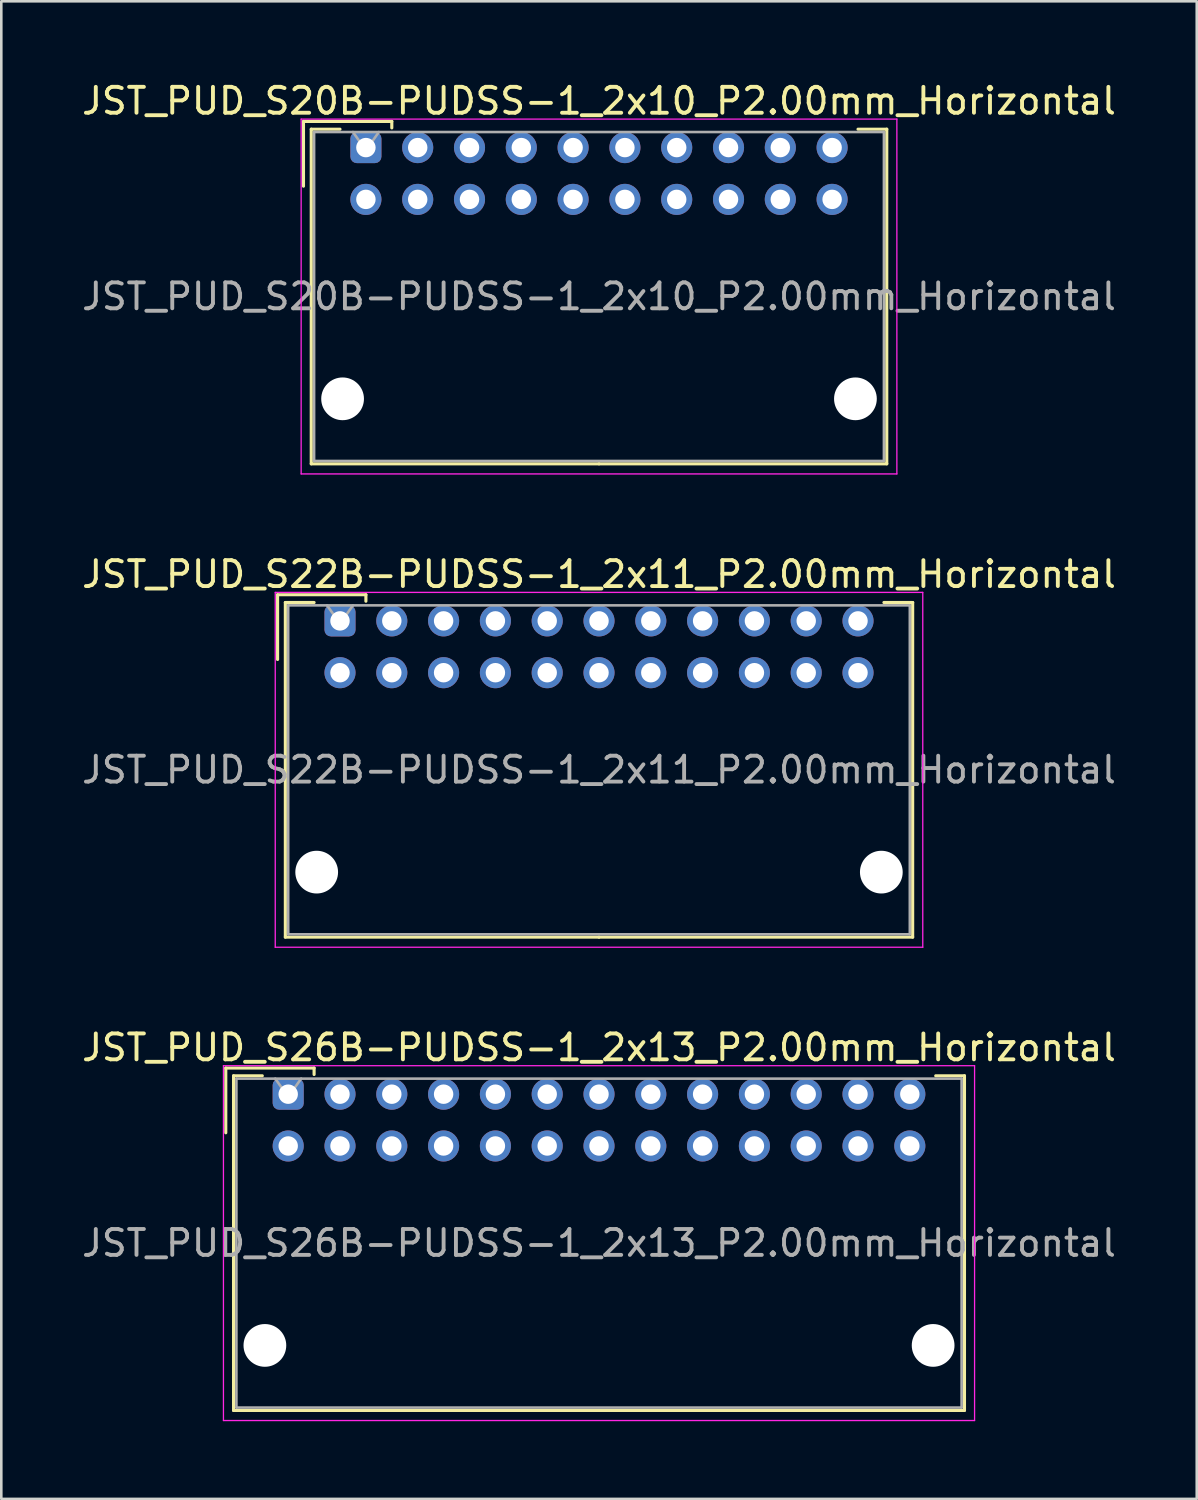
<source format=kicad_pcb>
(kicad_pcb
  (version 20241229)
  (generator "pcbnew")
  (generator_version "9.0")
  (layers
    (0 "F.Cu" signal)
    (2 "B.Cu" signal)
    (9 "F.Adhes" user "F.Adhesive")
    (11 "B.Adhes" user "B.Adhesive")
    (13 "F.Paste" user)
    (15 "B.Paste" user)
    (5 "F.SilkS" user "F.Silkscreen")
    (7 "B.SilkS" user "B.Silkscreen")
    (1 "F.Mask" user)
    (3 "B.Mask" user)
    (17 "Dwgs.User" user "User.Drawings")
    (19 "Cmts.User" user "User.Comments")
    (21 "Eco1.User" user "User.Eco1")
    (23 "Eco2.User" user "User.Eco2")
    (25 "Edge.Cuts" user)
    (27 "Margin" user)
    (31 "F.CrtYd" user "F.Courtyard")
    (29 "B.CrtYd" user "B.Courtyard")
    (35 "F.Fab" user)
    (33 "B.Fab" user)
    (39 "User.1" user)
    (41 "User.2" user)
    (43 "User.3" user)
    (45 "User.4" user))
  (footprint "JST_PUD_S26B-PUDSS-1_2x13_P2.00mm_Horizontal"
    (layer "F.Cu")
    (at 8.077 39.195)
    (property "Reference" "JST_PUD_S26B-PUDSS-1_2x13_P2.00mm_Horizontal" (at 12 -1.8 0) (layer "F.SilkS") (effects (font (size 1 1) (thickness 0.15))))
    (attr through_hole)
    (fp_line (start -2.41 -1.01) (end -2.41 1.49) (stroke (width 0.12) (type solid)) (layer "F.SilkS"))
    (fp_line (start -2.11 -0.71) (end -2.11 12.21) (stroke (width 0.12) (type solid)) (layer "F.SilkS"))
    (fp_line (start -2.11 12.21) (end 12 12.21) (stroke (width 0.12) (type solid)) (layer "F.SilkS"))
    (fp_line (start -1 -0.71) (end -2.11 -0.71) (stroke (width 0.12) (type solid)) (layer "F.SilkS"))
    (fp_line (start 1 -1.01) (end -2.41 -1.01) (stroke (width 0.12) (type solid)) (layer "F.SilkS"))
    (fp_line (start 1 -0.76) (end 1 -1.01) (stroke (width 0.12) (type solid)) (layer "F.SilkS"))
    (fp_line (start 25 -0.71) (end 26.11 -0.71) (stroke (width 0.12) (type solid)) (layer "F.SilkS"))
    (fp_line (start 26.11 -0.71) (end 26.11 12.21) (stroke (width 0.12) (type solid)) (layer "F.SilkS"))
    (fp_line (start 26.11 12.21) (end 12 12.21) (stroke (width 0.12) (type solid)) (layer "F.SilkS"))
    (fp_line (start -2.5 -1.1) (end -2.5 12.6) (stroke (width 0.05) (type solid)) (layer "F.CrtYd"))
    (fp_line (start -2.5 12.6) (end 26.5 12.6) (stroke (width 0.05) (type solid)) (layer "F.CrtYd"))
    (fp_line (start 26.5 -1.1) (end -2.5 -1.1) (stroke (width 0.05) (type solid)) (layer "F.CrtYd"))
    (fp_line (start 26.5 12.6) (end 26.5 -1.1) (stroke (width 0.05) (type solid)) (layer "F.CrtYd"))
    (fp_line (start -2 -0.6) (end -2 12.1) (stroke (width 0.1) (type solid)) (layer "F.Fab"))
    (fp_line (start -2 12.1) (end 26 12.1) (stroke (width 0.1) (type solid)) (layer "F.Fab"))
    (fp_line (start 0 0.107) (end -0.5 -0.6) (stroke (width 0.1) (type solid)) (layer "F.Fab"))
    (fp_line (start 0.5 -0.6) (end 0 0.107) (stroke (width 0.1) (type solid)) (layer "F.Fab"))
    (fp_line (start 26 -0.6) (end -2 -0.6) (stroke (width 0.1) (type solid)) (layer "F.Fab"))
    (fp_line (start 26 12.1) (end 26 -0.6) (stroke (width 0.1) (type solid)) (layer "F.Fab"))
    (fp_text user "${REFERENCE}" (at 12 5.75 0) (layer "F.Fab") (effects (font (size 1 1) (thickness 0.15))))
    (pad "" np_thru_hole circle (at -0.9 9.7) (size 1.65 1.65) (drill 1.65) (layers "*.Cu" "*.Mask"))
    (pad "" np_thru_hole circle (at 24.9 9.7) (size 1.65 1.65) (drill 1.65) (layers "*.Cu" "*.Mask"))
    (pad "1" thru_hole roundrect (at 0 0) (size 1.2 1.2) (drill 0.75) (layers "*.Cu" "*.Mask") (roundrect_rratio 0.208))
    (pad "2" thru_hole circle (at 0 2) (size 1.2 1.2) (drill 0.75) (layers "*.Cu" "*.Mask"))
    (pad "3" thru_hole circle (at 2 0) (size 1.2 1.2) (drill 0.75) (layers "*.Cu" "*.Mask"))
    (pad "4" thru_hole circle (at 2 2) (size 1.2 1.2) (drill 0.75) (layers "*.Cu" "*.Mask"))
    (pad "5" thru_hole circle (at 4 0) (size 1.2 1.2) (drill 0.75) (layers "*.Cu" "*.Mask"))
    (pad "6" thru_hole circle (at 4 2) (size 1.2 1.2) (drill 0.75) (layers "*.Cu" "*.Mask"))
    (pad "7" thru_hole circle (at 6 0) (size 1.2 1.2) (drill 0.75) (layers "*.Cu" "*.Mask"))
    (pad "8" thru_hole circle (at 6 2) (size 1.2 1.2) (drill 0.75) (layers "*.Cu" "*.Mask"))
    (pad "9" thru_hole circle (at 8 0) (size 1.2 1.2) (drill 0.75) (layers "*.Cu" "*.Mask"))
    (pad "10" thru_hole circle (at 8 2) (size 1.2 1.2) (drill 0.75) (layers "*.Cu" "*.Mask"))
    (pad "11" thru_hole circle (at 10 0) (size 1.2 1.2) (drill 0.75) (layers "*.Cu" "*.Mask"))
    (pad "12" thru_hole circle (at 10 2) (size 1.2 1.2) (drill 0.75) (layers "*.Cu" "*.Mask"))
    (pad "13" thru_hole circle (at 12 0) (size 1.2 1.2) (drill 0.75) (layers "*.Cu" "*.Mask"))
    (pad "14" thru_hole circle (at 12 2) (size 1.2 1.2) (drill 0.75) (layers "*.Cu" "*.Mask"))
    (pad "15" thru_hole circle (at 14 0) (size 1.2 1.2) (drill 0.75) (layers "*.Cu" "*.Mask"))
    (pad "16" thru_hole circle (at 14 2) (size 1.2 1.2) (drill 0.75) (layers "*.Cu" "*.Mask"))
    (pad "17" thru_hole circle (at 16 0) (size 1.2 1.2) (drill 0.75) (layers "*.Cu" "*.Mask"))
    (pad "18" thru_hole circle (at 16 2) (size 1.2 1.2) (drill 0.75) (layers "*.Cu" "*.Mask"))
    (pad "19" thru_hole circle (at 18 0) (size 1.2 1.2) (drill 0.75) (layers "*.Cu" "*.Mask"))
    (pad "20" thru_hole circle (at 18 2) (size 1.2 1.2) (drill 0.75) (layers "*.Cu" "*.Mask"))
    (pad "21" thru_hole circle (at 20 0) (size 1.2 1.2) (drill 0.75) (layers "*.Cu" "*.Mask"))
    (pad "22" thru_hole circle (at 20 2) (size 1.2 1.2) (drill 0.75) (layers "*.Cu" "*.Mask"))
    (pad "23" thru_hole circle (at 22 0) (size 1.2 1.2) (drill 0.75) (layers "*.Cu" "*.Mask"))
    (pad "24" thru_hole circle (at 22 2) (size 1.2 1.2) (drill 0.75) (layers "*.Cu" "*.Mask"))
    (pad "25" thru_hole circle (at 24 0) (size 1.2 1.2) (drill 0.75) (layers "*.Cu" "*.Mask"))
    (pad "26" thru_hole circle (at 24 2) (size 1.2 1.2) (drill 0.75) (layers "*.Cu" "*.Mask")))
  (footprint "JST_PUD_S22B-PUDSS-1_2x11_P2.00mm_Horizontal"
    (layer "F.Cu")
    (at 10.077 20.922)
    (property "Reference" "JST_PUD_S22B-PUDSS-1_2x11_P2.00mm_Horizontal" (at 10 -1.8 0) (layer "F.SilkS") (effects (font (size 1 1) (thickness 0.15))))
    (attr through_hole)
    (fp_line (start -2.41 -1.01) (end -2.41 1.49) (stroke (width 0.12) (type solid)) (layer "F.SilkS"))
    (fp_line (start -2.11 -0.71) (end -2.11 12.21) (stroke (width 0.12) (type solid)) (layer "F.SilkS"))
    (fp_line (start -2.11 12.21) (end 10 12.21) (stroke (width 0.12) (type solid)) (layer "F.SilkS"))
    (fp_line (start -1 -0.71) (end -2.11 -0.71) (stroke (width 0.12) (type solid)) (layer "F.SilkS"))
    (fp_line (start 1 -1.01) (end -2.41 -1.01) (stroke (width 0.12) (type solid)) (layer "F.SilkS"))
    (fp_line (start 1 -0.76) (end 1 -1.01) (stroke (width 0.12) (type solid)) (layer "F.SilkS"))
    (fp_line (start 21 -0.71) (end 22.11 -0.71) (stroke (width 0.12) (type solid)) (layer "F.SilkS"))
    (fp_line (start 22.11 -0.71) (end 22.11 12.21) (stroke (width 0.12) (type solid)) (layer "F.SilkS"))
    (fp_line (start 22.11 12.21) (end 10 12.21) (stroke (width 0.12) (type solid)) (layer "F.SilkS"))
    (fp_line (start -2.5 -1.1) (end -2.5 12.6) (stroke (width 0.05) (type solid)) (layer "F.CrtYd"))
    (fp_line (start -2.5 12.6) (end 22.5 12.6) (stroke (width 0.05) (type solid)) (layer "F.CrtYd"))
    (fp_line (start 22.5 -1.1) (end -2.5 -1.1) (stroke (width 0.05) (type solid)) (layer "F.CrtYd"))
    (fp_line (start 22.5 12.6) (end 22.5 -1.1) (stroke (width 0.05) (type solid)) (layer "F.CrtYd"))
    (fp_line (start -2 -0.6) (end -2 12.1) (stroke (width 0.1) (type solid)) (layer "F.Fab"))
    (fp_line (start -2 12.1) (end 22 12.1) (stroke (width 0.1) (type solid)) (layer "F.Fab"))
    (fp_line (start 0 0.107) (end -0.5 -0.6) (stroke (width 0.1) (type solid)) (layer "F.Fab"))
    (fp_line (start 0.5 -0.6) (end 0 0.107) (stroke (width 0.1) (type solid)) (layer "F.Fab"))
    (fp_line (start 22 -0.6) (end -2 -0.6) (stroke (width 0.1) (type solid)) (layer "F.Fab"))
    (fp_line (start 22 12.1) (end 22 -0.6) (stroke (width 0.1) (type solid)) (layer "F.Fab"))
    (fp_text user "${REFERENCE}" (at 10 5.75 0) (layer "F.Fab") (effects (font (size 1 1) (thickness 0.15))))
    (pad "" np_thru_hole circle (at -0.9 9.7) (size 1.65 1.65) (drill 1.65) (layers "*.Cu" "*.Mask"))
    (pad "" np_thru_hole circle (at 20.9 9.7) (size 1.65 1.65) (drill 1.65) (layers "*.Cu" "*.Mask"))
    (pad "1" thru_hole roundrect (at 0 0) (size 1.2 1.2) (drill 0.75) (layers "*.Cu" "*.Mask") (roundrect_rratio 0.208))
    (pad "2" thru_hole circle (at 0 2) (size 1.2 1.2) (drill 0.75) (layers "*.Cu" "*.Mask"))
    (pad "3" thru_hole circle (at 2 0) (size 1.2 1.2) (drill 0.75) (layers "*.Cu" "*.Mask"))
    (pad "4" thru_hole circle (at 2 2) (size 1.2 1.2) (drill 0.75) (layers "*.Cu" "*.Mask"))
    (pad "5" thru_hole circle (at 4 0) (size 1.2 1.2) (drill 0.75) (layers "*.Cu" "*.Mask"))
    (pad "6" thru_hole circle (at 4 2) (size 1.2 1.2) (drill 0.75) (layers "*.Cu" "*.Mask"))
    (pad "7" thru_hole circle (at 6 0) (size 1.2 1.2) (drill 0.75) (layers "*.Cu" "*.Mask"))
    (pad "8" thru_hole circle (at 6 2) (size 1.2 1.2) (drill 0.75) (layers "*.Cu" "*.Mask"))
    (pad "9" thru_hole circle (at 8 0) (size 1.2 1.2) (drill 0.75) (layers "*.Cu" "*.Mask"))
    (pad "10" thru_hole circle (at 8 2) (size 1.2 1.2) (drill 0.75) (layers "*.Cu" "*.Mask"))
    (pad "11" thru_hole circle (at 10 0) (size 1.2 1.2) (drill 0.75) (layers "*.Cu" "*.Mask"))
    (pad "12" thru_hole circle (at 10 2) (size 1.2 1.2) (drill 0.75) (layers "*.Cu" "*.Mask"))
    (pad "13" thru_hole circle (at 12 0) (size 1.2 1.2) (drill 0.75) (layers "*.Cu" "*.Mask"))
    (pad "14" thru_hole circle (at 12 2) (size 1.2 1.2) (drill 0.75) (layers "*.Cu" "*.Mask"))
    (pad "15" thru_hole circle (at 14 0) (size 1.2 1.2) (drill 0.75) (layers "*.Cu" "*.Mask"))
    (pad "16" thru_hole circle (at 14 2) (size 1.2 1.2) (drill 0.75) (layers "*.Cu" "*.Mask"))
    (pad "17" thru_hole circle (at 16 0) (size 1.2 1.2) (drill 0.75) (layers "*.Cu" "*.Mask"))
    (pad "18" thru_hole circle (at 16 2) (size 1.2 1.2) (drill 0.75) (layers "*.Cu" "*.Mask"))
    (pad "19" thru_hole circle (at 18 0) (size 1.2 1.2) (drill 0.75) (layers "*.Cu" "*.Mask"))
    (pad "20" thru_hole circle (at 18 2) (size 1.2 1.2) (drill 0.75) (layers "*.Cu" "*.Mask"))
    (pad "21" thru_hole circle (at 20 0) (size 1.2 1.2) (drill 0.75) (layers "*.Cu" "*.Mask"))
    (pad "22" thru_hole circle (at 20 2) (size 1.2 1.2) (drill 0.75) (layers "*.Cu" "*.Mask")))
  (footprint "JST_PUD_S20B-PUDSS-1_2x10_P2.00mm_Horizontal"
    (layer "F.Cu")
    (at 11.077 2.648)
    (property "Reference" "JST_PUD_S20B-PUDSS-1_2x10_P2.00mm_Horizontal" (at 9 -1.8 0) (layer "F.SilkS") (effects (font (size 1 1) (thickness 0.15))))
    (attr through_hole)
    (fp_line (start -2.41 -1.01) (end -2.41 1.49) (stroke (width 0.12) (type solid)) (layer "F.SilkS"))
    (fp_line (start -2.11 -0.71) (end -2.11 12.21) (stroke (width 0.12) (type solid)) (layer "F.SilkS"))
    (fp_line (start -2.11 12.21) (end 9 12.21) (stroke (width 0.12) (type solid)) (layer "F.SilkS"))
    (fp_line (start -1 -0.71) (end -2.11 -0.71) (stroke (width 0.12) (type solid)) (layer "F.SilkS"))
    (fp_line (start 1 -1.01) (end -2.41 -1.01) (stroke (width 0.12) (type solid)) (layer "F.SilkS"))
    (fp_line (start 1 -0.76) (end 1 -1.01) (stroke (width 0.12) (type solid)) (layer "F.SilkS"))
    (fp_line (start 19 -0.71) (end 20.11 -0.71) (stroke (width 0.12) (type solid)) (layer "F.SilkS"))
    (fp_line (start 20.11 -0.71) (end 20.11 12.21) (stroke (width 0.12) (type solid)) (layer "F.SilkS"))
    (fp_line (start 20.11 12.21) (end 9 12.21) (stroke (width 0.12) (type solid)) (layer "F.SilkS"))
    (fp_line (start -2.5 -1.1) (end -2.5 12.6) (stroke (width 0.05) (type solid)) (layer "F.CrtYd"))
    (fp_line (start -2.5 12.6) (end 20.5 12.6) (stroke (width 0.05) (type solid)) (layer "F.CrtYd"))
    (fp_line (start 20.5 -1.1) (end -2.5 -1.1) (stroke (width 0.05) (type solid)) (layer "F.CrtYd"))
    (fp_line (start 20.5 12.6) (end 20.5 -1.1) (stroke (width 0.05) (type solid)) (layer "F.CrtYd"))
    (fp_line (start -2 -0.6) (end -2 12.1) (stroke (width 0.1) (type solid)) (layer "F.Fab"))
    (fp_line (start -2 12.1) (end 20 12.1) (stroke (width 0.1) (type solid)) (layer "F.Fab"))
    (fp_line (start 0 0.107) (end -0.5 -0.6) (stroke (width 0.1) (type solid)) (layer "F.Fab"))
    (fp_line (start 0.5 -0.6) (end 0 0.107) (stroke (width 0.1) (type solid)) (layer "F.Fab"))
    (fp_line (start 20 -0.6) (end -2 -0.6) (stroke (width 0.1) (type solid)) (layer "F.Fab"))
    (fp_line (start 20 12.1) (end 20 -0.6) (stroke (width 0.1) (type solid)) (layer "F.Fab"))
    (fp_text user "${REFERENCE}" (at 9 5.75 0) (layer "F.Fab") (effects (font (size 1 1) (thickness 0.15))))
    (pad "" np_thru_hole circle (at -0.9 9.7) (size 1.65 1.65) (drill 1.65) (layers "*.Cu" "*.Mask"))
    (pad "" np_thru_hole circle (at 18.9 9.7) (size 1.65 1.65) (drill 1.65) (layers "*.Cu" "*.Mask"))
    (pad "1" thru_hole roundrect (at 0 0) (size 1.2 1.2) (drill 0.75) (layers "*.Cu" "*.Mask") (roundrect_rratio 0.208))
    (pad "2" thru_hole circle (at 0 2) (size 1.2 1.2) (drill 0.75) (layers "*.Cu" "*.Mask"))
    (pad "3" thru_hole circle (at 2 0) (size 1.2 1.2) (drill 0.75) (layers "*.Cu" "*.Mask"))
    (pad "4" thru_hole circle (at 2 2) (size 1.2 1.2) (drill 0.75) (layers "*.Cu" "*.Mask"))
    (pad "5" thru_hole circle (at 4 0) (size 1.2 1.2) (drill 0.75) (layers "*.Cu" "*.Mask"))
    (pad "6" thru_hole circle (at 4 2) (size 1.2 1.2) (drill 0.75) (layers "*.Cu" "*.Mask"))
    (pad "7" thru_hole circle (at 6 0) (size 1.2 1.2) (drill 0.75) (layers "*.Cu" "*.Mask"))
    (pad "8" thru_hole circle (at 6 2) (size 1.2 1.2) (drill 0.75) (layers "*.Cu" "*.Mask"))
    (pad "9" thru_hole circle (at 8 0) (size 1.2 1.2) (drill 0.75) (layers "*.Cu" "*.Mask"))
    (pad "10" thru_hole circle (at 8 2) (size 1.2 1.2) (drill 0.75) (layers "*.Cu" "*.Mask"))
    (pad "11" thru_hole circle (at 10 0) (size 1.2 1.2) (drill 0.75) (layers "*.Cu" "*.Mask"))
    (pad "12" thru_hole circle (at 10 2) (size 1.2 1.2) (drill 0.75) (layers "*.Cu" "*.Mask"))
    (pad "13" thru_hole circle (at 12 0) (size 1.2 1.2) (drill 0.75) (layers "*.Cu" "*.Mask"))
    (pad "14" thru_hole circle (at 12 2) (size 1.2 1.2) (drill 0.75) (layers "*.Cu" "*.Mask"))
    (pad "15" thru_hole circle (at 14 0) (size 1.2 1.2) (drill 0.75) (layers "*.Cu" "*.Mask"))
    (pad "16" thru_hole circle (at 14 2) (size 1.2 1.2) (drill 0.75) (layers "*.Cu" "*.Mask"))
    (pad "17" thru_hole circle (at 16 0) (size 1.2 1.2) (drill 0.75) (layers "*.Cu" "*.Mask"))
    (pad "18" thru_hole circle (at 16 2) (size 1.2 1.2) (drill 0.75) (layers "*.Cu" "*.Mask"))
    (pad "19" thru_hole circle (at 18 0) (size 1.2 1.2) (drill 0.75) (layers "*.Cu" "*.Mask"))
    (pad "20" thru_hole circle (at 18 2) (size 1.2 1.2) (drill 0.75) (layers "*.Cu" "*.Mask")))
  (gr_rect
    (start -3 -3)
    (end 43.155 54.82)
    (stroke (width 0.1) (type default))
    (fill no)
    (layer "Edge.Cuts")))
</source>
